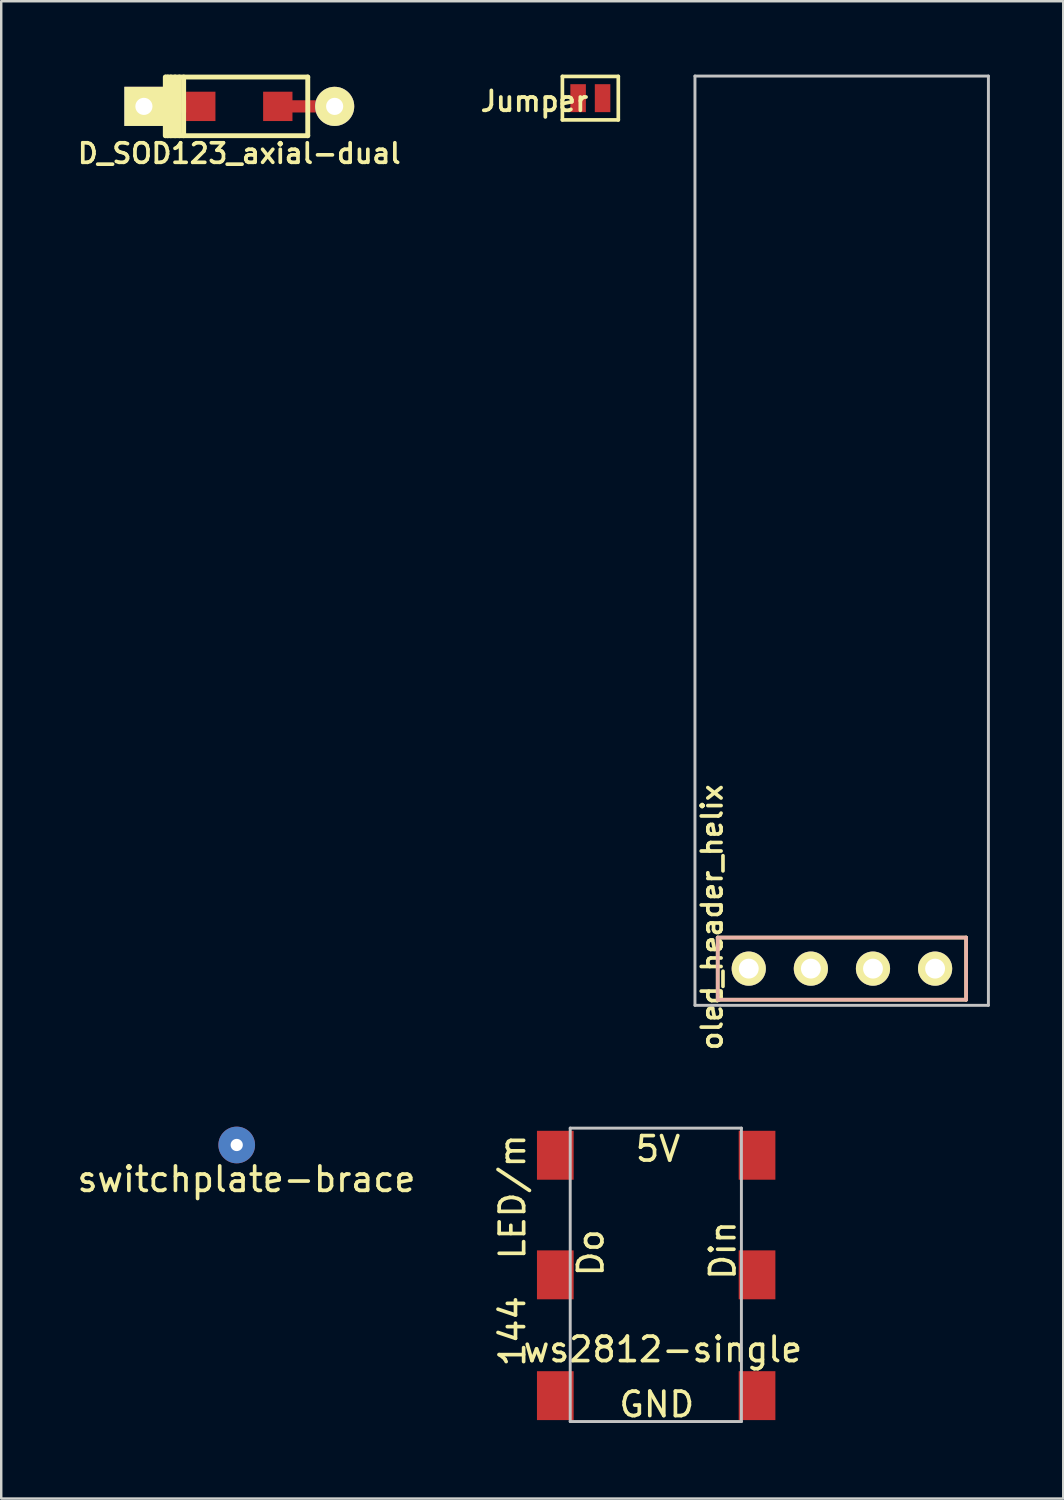
<source format=kicad_pcb>
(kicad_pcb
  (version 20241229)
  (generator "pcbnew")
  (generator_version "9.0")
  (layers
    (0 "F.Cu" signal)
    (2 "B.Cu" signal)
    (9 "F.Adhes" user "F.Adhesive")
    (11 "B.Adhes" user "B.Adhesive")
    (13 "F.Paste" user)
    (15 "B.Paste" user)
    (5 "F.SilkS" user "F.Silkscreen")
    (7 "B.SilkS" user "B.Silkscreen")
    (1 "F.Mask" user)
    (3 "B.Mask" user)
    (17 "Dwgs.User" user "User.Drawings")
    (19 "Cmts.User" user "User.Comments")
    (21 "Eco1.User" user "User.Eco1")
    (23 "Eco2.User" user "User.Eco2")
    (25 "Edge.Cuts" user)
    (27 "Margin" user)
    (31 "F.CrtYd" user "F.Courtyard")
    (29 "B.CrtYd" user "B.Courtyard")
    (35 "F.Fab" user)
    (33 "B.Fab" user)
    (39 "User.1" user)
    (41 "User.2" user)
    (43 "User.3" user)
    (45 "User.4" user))
  (footprint "Jumper"
    (layer "F.Cu")
    (at 21.091 0.964)
    (property "Reference" "Jumper" (at -2.286 0.127 0) (layer "F.SilkS") (effects (font (size 0.813 0.813) (thickness 0.152))))
    (attr smd)
    (fp_line (start -1.143 -0.889) (end 1.143 -0.889) (stroke (width 0.15) (type solid)) (layer "F.SilkS"))
    (fp_line (start -1.143 0.889) (end -1.143 -0.889) (stroke (width 0.15) (type solid)) (layer "F.SilkS"))
    (fp_line (start 1.143 -0.889) (end 1.143 0.889) (stroke (width 0.15) (type solid)) (layer "F.SilkS"))
    (fp_line (start 1.143 0.889) (end -1.143 0.889) (stroke (width 0.15) (type solid)) (layer "F.SilkS"))
    (pad "1" smd rect (at -0.5 0) (size 0.635 1.143) (layers "F.Cu" "F.Mask" "F.Paste"))
    (pad "2" smd rect (at 0.5 0) (size 0.635 1.143) (layers "F.Cu" "F.Mask" "F.Paste")))
  (footprint "oled_header_helix"
    (layer "F.Cu")
    (at 27.569 36.56)
    (property "Reference" "oled_header_helix" (at -1.5 -2.1 90) (layer "F.SilkS") (effects (font (size 0.813 0.813) (thickness 0.15))))
    (attr through_hole)
    (fp_line (start -1.27 -1.27) (end 8.89 -1.27) (stroke (width 0.15) (type solid)) (layer "F.SilkS"))
    (fp_line (start -1.27 1.27) (end -1.27 -1.27) (stroke (width 0.15) (type solid)) (layer "F.SilkS"))
    (fp_line (start -1.27 1.27) (end 8.89 1.27) (stroke (width 0.15) (type solid)) (layer "F.SilkS"))
    (fp_line (start 8.89 -1.27) (end 8.89 1.27) (stroke (width 0.15) (type solid)) (layer "F.SilkS"))
    (fp_line (start -1.27 -1.27) (end 8.89 -1.27) (stroke (width 0.15) (type solid)) (layer "B.SilkS"))
    (fp_line (start -1.27 1.27) (end -1.27 -1.27) (stroke (width 0.15) (type solid)) (layer "B.SilkS"))
    (fp_line (start 8.89 -1.27) (end 8.89 1.27) (stroke (width 0.15) (type solid)) (layer "B.SilkS"))
    (fp_line (start 8.89 1.27) (end -1.27 1.27) (stroke (width 0.15) (type solid)) (layer "B.SilkS"))
    (fp_line (start -2.2 -36.5) (end -2.2 1.5) (stroke (width 0.12) (type solid)) (layer "Dwgs.User"))
    (fp_line (start -2.2 -36.5) (end 9.8 -36.5) (stroke (width 0.12) (type solid)) (layer "Dwgs.User"))
    (fp_line (start -2.2 1.5) (end 9.8 1.5) (stroke (width 0.12) (type solid)) (layer "Dwgs.User"))
    (fp_line (start 9.8 -36.5) (end 9.8 1.5) (stroke (width 0.12) (type solid)) (layer "Dwgs.User"))
    (pad "1" thru_hole circle (at 0 0) (size 1.397 1.397) (drill 0.813) (layers "*.Cu" "*.Mask" "F.SilkS"))
    (pad "2" thru_hole circle (at 2.54 0) (size 1.397 1.397) (drill 0.813) (layers "*.Cu" "*.Mask" "F.SilkS"))
    (pad "3" thru_hole circle (at 5.08 0) (size 1.397 1.397) (drill 0.813) (layers "*.Cu" "*.Mask" "F.SilkS"))
    (pad "4" thru_hole circle (at 7.62 0) (size 1.397 1.397) (drill 0.813) (layers "*.Cu" "*.Mask" "F.SilkS")))
  (footprint "switchplate-brace"
    (layer "F.Cu")
    (at 6.63 43.772)
    (property "Reference" "switchplate-brace" (at 0.4 1.4 0) (layer "F.SilkS") (effects (font (size 1 1) (thickness 0.15))))
    (attr through_hole)
    (pad "1" thru_hole circle (at 0 0) (size 1.5 1.5) (drill 0.5) (layers "*.Cu" "*.Mask")))
  (footprint "D_SOD123_axial-dual"
    (layer "F.Cu")
    (at 6.735 1.3)
    (property "Reference" "D_SOD123_axial-dual" (at 0 1.925 0) (layer "F.SilkS") (effects (font (size 0.8 0.8) (thickness 0.15))))
    (attr smd)
    (fp_line (start -3.025 1.2) (end -3.025 -1.2) (stroke (width 0.2) (type solid)) (layer "F.SilkS"))
    (fp_line (start -3 -1.2) (end 2.8 -1.2) (stroke (width 0.2) (type solid)) (layer "F.SilkS"))
    (fp_line (start -2.925 -1.2) (end -2.925 1.2) (stroke (width 0.2) (type solid)) (layer "F.SilkS"))
    (fp_line (start -2.8 -1.2) (end -2.8 1.2) (stroke (width 0.2) (type solid)) (layer "F.SilkS"))
    (fp_line (start -2.625 -1.2) (end -2.625 1.2) (stroke (width 0.2) (type solid)) (layer "F.SilkS"))
    (fp_line (start -2.45 -1.2) (end -2.45 1.2) (stroke (width 0.2) (type solid)) (layer "F.SilkS"))
    (fp_line (start -2.275 -1.2) (end -2.275 1.2) (stroke (width 0.2) (type solid)) (layer "F.SilkS"))
    (fp_line (start 2.8 -1.2) (end 2.8 1.2) (stroke (width 0.2) (type solid)) (layer "F.SilkS"))
    (fp_line (start 2.8 1.2) (end -3 1.2) (stroke (width 0.2) (type solid)) (layer "F.SilkS"))
    (pad "1" thru_hole rect (at -3.9 0) (size 1.6 1.6) (drill 0.7) (layers "*.Cu" "*.Mask" "F.SilkS"))
    (pad "1" smd rect (at -2.7 0) (size 2.5 0.5) (layers "F.Cu"))
    (pad "1" smd rect (at -1.575 0) (size 1.2 1.2) (layers "F.Cu" "F.Mask" "F.Paste"))
    (pad "2" smd rect (at 1.575 0) (size 1.2 1.2) (layers "F.Cu" "F.Mask" "F.Paste"))
    (pad "2" smd rect (at 2.7 0) (size 2.5 0.5) (layers "F.Cu"))
    (pad "2" thru_hole circle (at 3.9 0) (size 1.6 1.6) (drill 0.7) (layers "*.Cu" "*.Mask" "F.SilkS")))
  (footprint "ws2812-single"
    (layer "F.Cu")
    (at 23.708 49.032)
    (property "Reference" "ws2812-single" (at 0.35 3.1 0) (layer "F.SilkS") (effects (font (size 1 1) (thickness 0.15))))
    (attr through_hole)
    (fp_line (start -3.44 -5.95) (end -3.44 6.05) (stroke (width 0.12) (type solid)) (layer "Dwgs.User"))
    (fp_line (start -3.44 -5.95) (end 3.56 -5.95) (stroke (width 0.12) (type solid)) (layer "Dwgs.User"))
    (fp_line (start -3.44 6.05) (end 3.56 6.05) (stroke (width 0.12) (type solid)) (layer "Dwgs.User"))
    (fp_line (start 3.56 -5.95) (end 3.56 6.05) (stroke (width 0.12) (type solid)) (layer "Dwgs.User"))
    (fp_text user "144  LED/m" (at -5.8 -0.95 90) (layer "F.SilkS") (effects (font (size 1 1) (thickness 0.15))))
    (fp_text user "5V" (at 0.15 -5.1 0) (layer "F.SilkS") (effects (font (size 1 1) (thickness 0.15))))
    (fp_text user "GND" (at 0.1 5.35 0) (layer "F.SilkS") (effects (font (size 1 1) (thickness 0.15))))
    (fp_text user "Din" (at 2.8 -0.95 90) (layer "F.SilkS") (effects (font (size 1 1) (thickness 0.15))))
    (fp_text user "Do" (at -2.6 -0.85 90) (layer "F.SilkS") (effects (font (size 1 1) (thickness 0.15))))
    (pad "1" smd rect (at -4.05 0.05 180) (size 1.5 2) (layers "F.Cu" "F.Mask" "F.Paste"))
    (pad "2" smd rect (at -4.05 4.99) (size 1.5 2) (layers "F.Cu" "F.Mask" "F.Paste"))
    (pad "2" smd rect (at 4.2 4.99) (size 1.5 2) (layers "F.Cu" "F.Mask" "F.Paste"))
    (pad "3" smd rect (at 4.2 0.05 180) (size 1.5 2) (layers "F.Cu" "F.Mask" "F.Paste"))
    (pad "4" smd rect (at -4.05 -4.84) (size 1.5 2) (layers "F.Cu" "F.Mask" "F.Paste"))
    (pad "4" smd rect (at 4.2 -4.84) (size 1.5 2) (layers "F.Cu" "F.Mask" "F.Paste")))
  (gr_rect
    (start -3 -3)
    (end 40.429 58.231)
    (stroke (width 0.1) (type default))
    (fill no)
    (layer "Edge.Cuts")))
</source>
